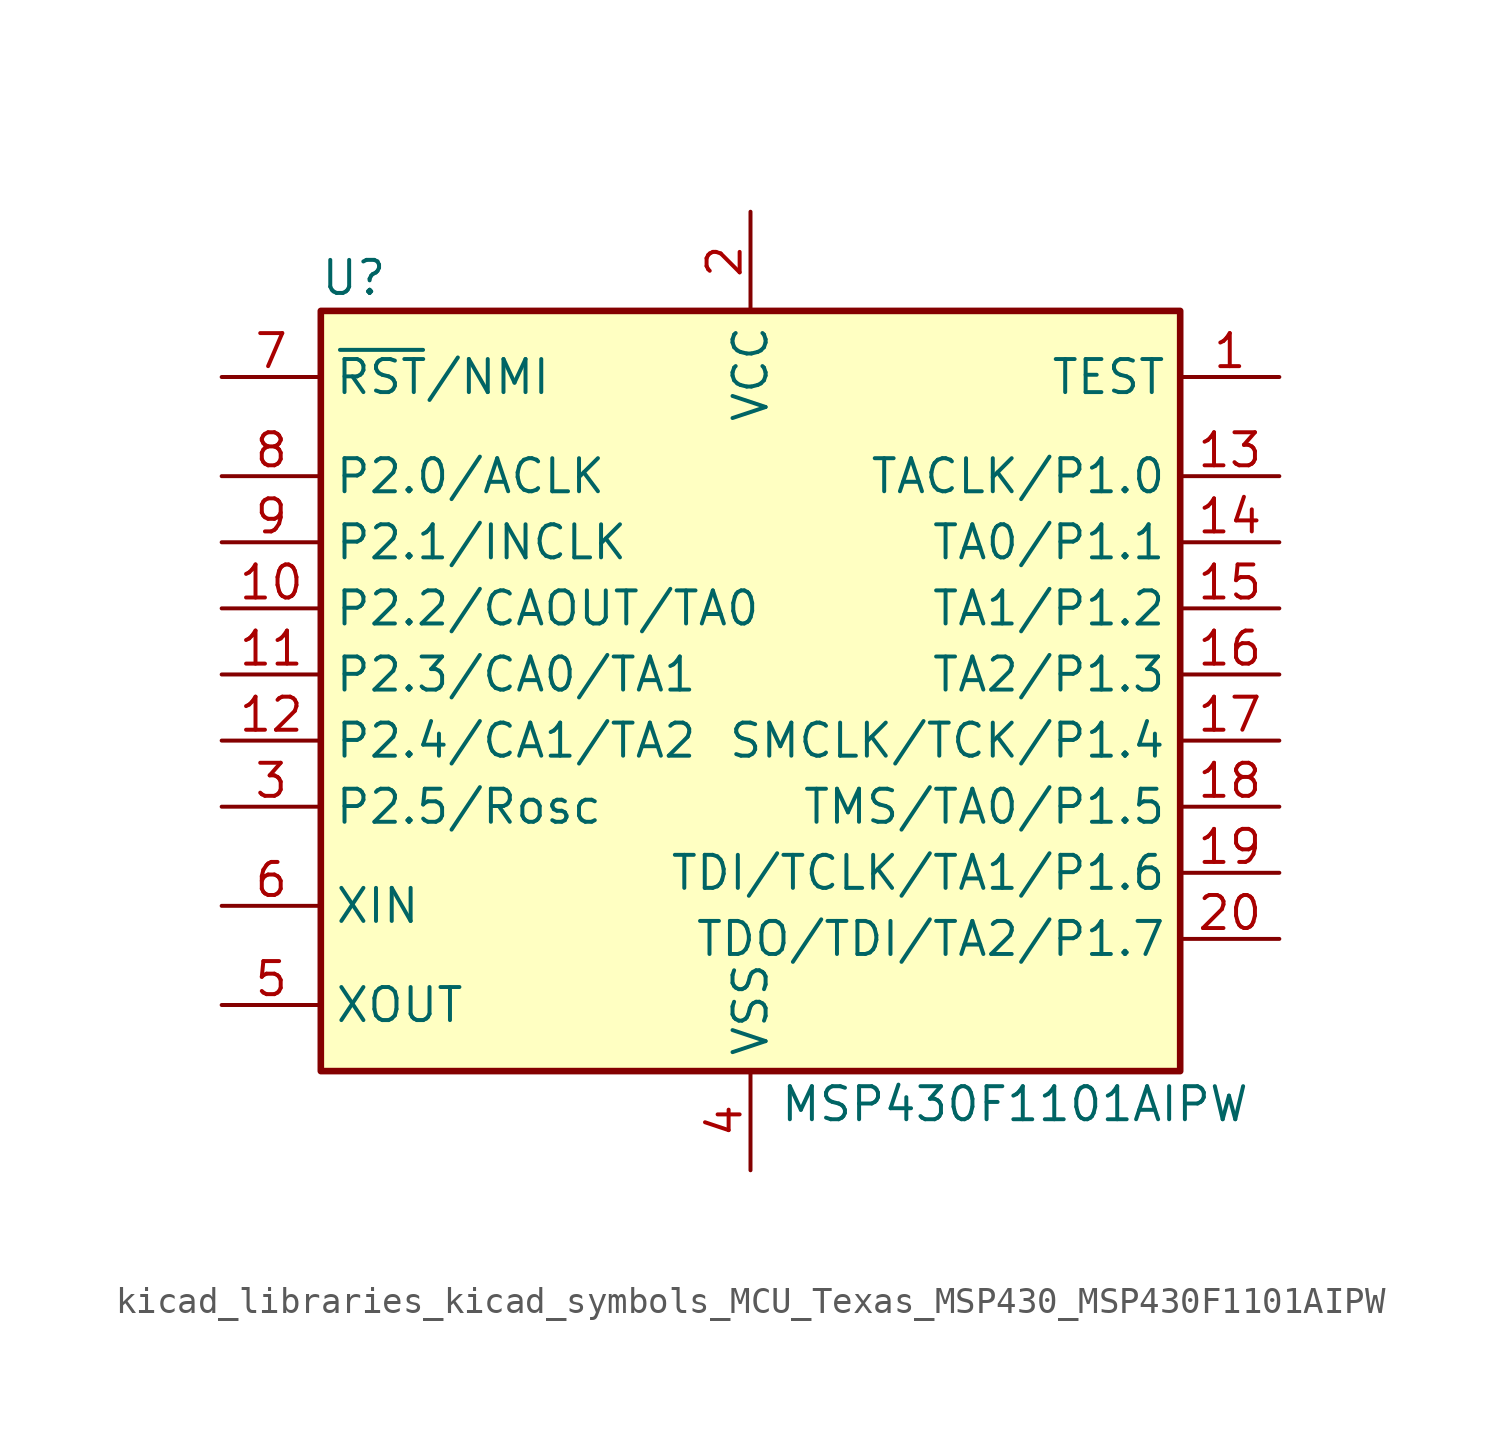
<source format=kicad_sym>
(kicad_symbol_lib
  (version 20220914)
  (generator kicad_symbol_editor)
  (symbol "kicad_libraries_kicad_symbols_MCU_Texas_MSP430_MSP430F1101AIPW"
    (property "Reference" "U"
      (at -15.24 15.24 0)
      (effects (font (size 1.27 1.27))))
    (property "Value" "MSP430F1101AIPW"
      (at 10.16 -16.51 0)
      (effects (font (size 1.27 1.27))))
    (symbol "kicad_libraries_kicad_symbols_MCU_Texas_MSP430_MSP430F1101AIPW_0_1"
      (rectangle (start -16.51 13.97) (end 16.51 -15.24) (stroke (width 0.254) (type default)) (fill (type background))))
    (symbol "kicad_libraries_kicad_symbols_MCU_Texas_MSP430_MSP430F1101AIPW_1_1"
      (pin input line (at 20.32 11.43 180) (length 3.81) (name "TEST" (effects (font (size 1.27 1.27)))) (number "1" (effects (font (size 1.27 1.27)))))
      (pin bidirectional line (at -20.32 2.54 0) (length 3.81) (name "P2.2/CAOUT/TA0" (effects (font (size 1.27 1.27)))) (number "10" (effects (font (size 1.27 1.27)))))
      (pin bidirectional line (at -20.32 0 0) (length 3.81) (name "P2.3/CA0/TA1" (effects (font (size 1.27 1.27)))) (number "11" (effects (font (size 1.27 1.27)))))
      (pin bidirectional line (at -20.32 -2.54 0) (length 3.81) (name "P2.4/CA1/TA2" (effects (font (size 1.27 1.27)))) (number "12" (effects (font (size 1.27 1.27)))))
      (pin bidirectional line (at 20.32 7.62 180) (length 3.81) (name "TACLK/P1.0" (effects (font (size 1.27 1.27)))) (number "13" (effects (font (size 1.27 1.27)))))
      (pin bidirectional line (at 20.32 5.08 180) (length 3.81) (name "TA0/P1.1" (effects (font (size 1.27 1.27)))) (number "14" (effects (font (size 1.27 1.27)))))
      (pin bidirectional line (at 20.32 2.54 180) (length 3.81) (name "TA1/P1.2" (effects (font (size 1.27 1.27)))) (number "15" (effects (font (size 1.27 1.27)))))
      (pin bidirectional line (at 20.32 0 180) (length 3.81) (name "TA2/P1.3" (effects (font (size 1.27 1.27)))) (number "16" (effects (font (size 1.27 1.27)))))
      (pin bidirectional line (at 20.32 -2.54 180) (length 3.81) (name "SMCLK/TCK/P1.4" (effects (font (size 1.27 1.27)))) (number "17" (effects (font (size 1.27 1.27)))))
      (pin bidirectional line (at 20.32 -5.08 180) (length 3.81) (name "TMS/TA0/P1.5" (effects (font (size 1.27 1.27)))) (number "18" (effects (font (size 1.27 1.27)))))
      (pin bidirectional line (at 20.32 -7.62 180) (length 3.81) (name "TDI/TCLK/TA1/P1.6" (effects (font (size 1.27 1.27)))) (number "19" (effects (font (size 1.27 1.27)))))
      (pin power_in line (at 0 17.78 270) (length 3.81) (name "VCC" (effects (font (size 1.27 1.27)))) (number "2" (effects (font (size 1.27 1.27)))))
      (pin bidirectional line (at 20.32 -10.16 180) (length 3.81) (name "TDO/TDI/TA2/P1.7" (effects (font (size 1.27 1.27)))) (number "20" (effects (font (size 1.27 1.27)))))
      (pin bidirectional line (at -20.32 -5.08 0) (length 3.81) (name "P2.5/Rosc" (effects (font (size 1.27 1.27)))) (number "3" (effects (font (size 1.27 1.27)))))
      (pin power_in line (at 0 -19.05 90) (length 3.81) (name "VSS" (effects (font (size 1.27 1.27)))) (number "4" (effects (font (size 1.27 1.27)))))
      (pin output line (at -20.32 -12.7 0) (length 3.81) (name "XOUT" (effects (font (size 1.27 1.27)))) (number "5" (effects (font (size 1.27 1.27)))))
      (pin input line (at -20.32 -8.89 0) (length 3.81) (name "XIN" (effects (font (size 1.27 1.27)))) (number "6" (effects (font (size 1.27 1.27)))))
      (pin input line (at -20.32 11.43 0) (length 3.81) (name "~{RST}/NMI" (effects (font (size 1.27 1.27)))) (number "7" (effects (font (size 1.27 1.27)))))
      (pin bidirectional line (at -20.32 7.62 0) (length 3.81) (name "P2.0/ACLK" (effects (font (size 1.27 1.27)))) (number "8" (effects (font (size 1.27 1.27)))))
      (pin bidirectional line (at -20.32 5.08 0) (length 3.81) (name "P2.1/INCLK" (effects (font (size 1.27 1.27)))) (number "9" (effects (font (size 1.27 1.27))))))))
</source>
